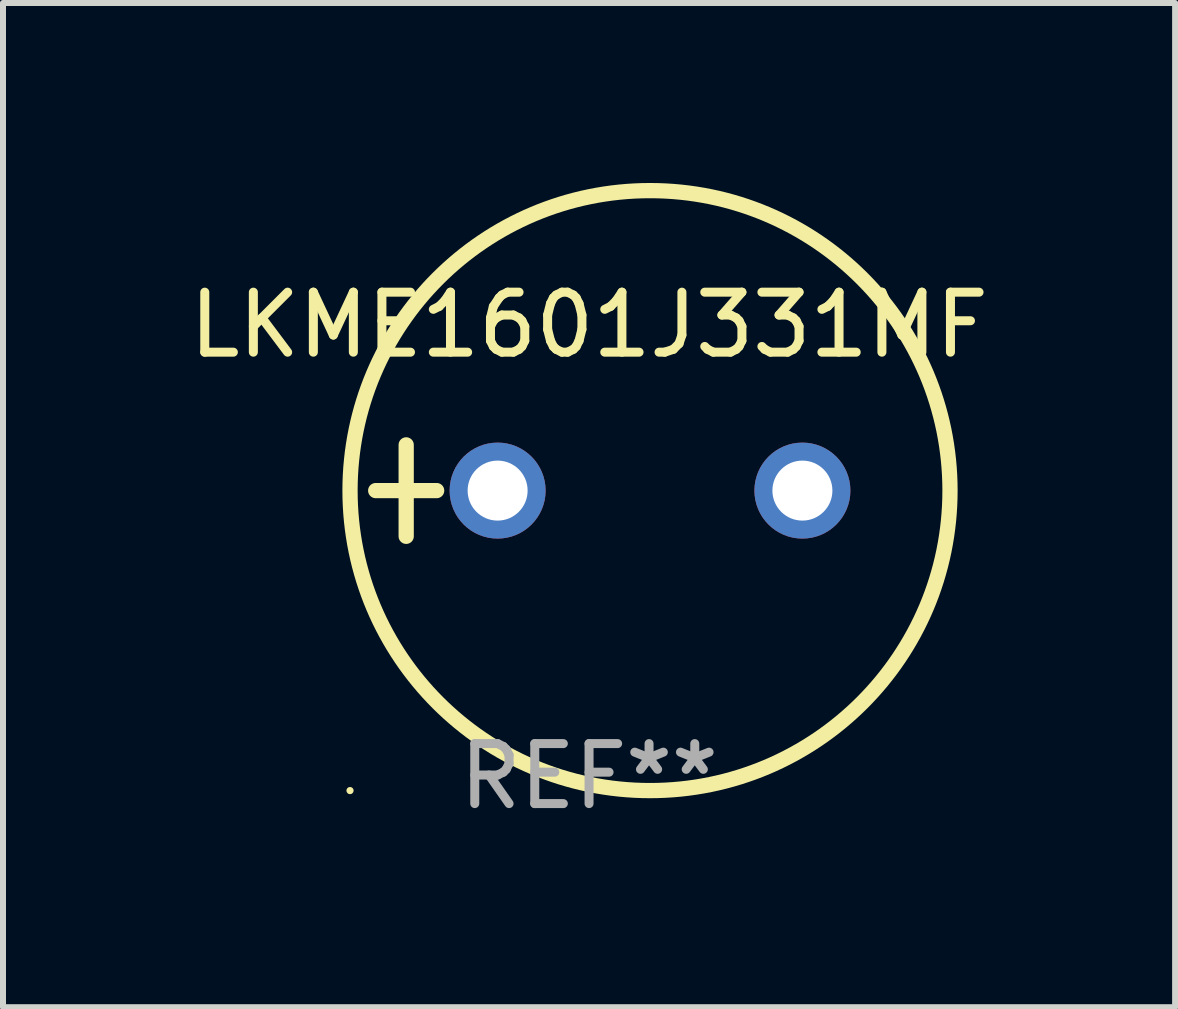
<source format=kicad_pcb>
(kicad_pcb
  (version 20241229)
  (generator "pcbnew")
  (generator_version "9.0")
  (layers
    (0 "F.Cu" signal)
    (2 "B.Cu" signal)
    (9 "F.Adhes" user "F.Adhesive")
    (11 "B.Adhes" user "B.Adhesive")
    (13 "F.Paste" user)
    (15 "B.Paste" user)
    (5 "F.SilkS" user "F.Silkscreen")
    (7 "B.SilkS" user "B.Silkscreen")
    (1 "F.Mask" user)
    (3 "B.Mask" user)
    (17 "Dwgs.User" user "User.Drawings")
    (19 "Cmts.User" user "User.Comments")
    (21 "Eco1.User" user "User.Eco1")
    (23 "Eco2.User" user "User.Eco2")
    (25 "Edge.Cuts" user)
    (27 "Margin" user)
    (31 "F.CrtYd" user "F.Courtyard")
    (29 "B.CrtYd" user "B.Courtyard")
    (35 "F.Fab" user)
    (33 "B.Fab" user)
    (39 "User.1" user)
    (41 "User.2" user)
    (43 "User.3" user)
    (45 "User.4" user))
  (footprint "LKME1601J331MF"
    (layer "F.Cu")
    (at 6.768 5.127)
    (property "Reference" "LKME1601J331MF" (at 0 -2.762 0) (layer "F.SilkS") (effects (font (size 1 1) (thickness 0.15))))
    (attr through_hole)
    (fp_line (start -3.556 0) (end -2.54 0) (stroke (width 0.254) (type solid)) (layer "F.SilkS"))
    (fp_line (start -3.048 -0.762) (end -3.048 0.762) (stroke (width 0.254) (type solid)) (layer "F.SilkS"))
    (fp_circle (center -3.984 5) (end -3.954 5) (stroke (width 0.06) (type solid)) (fill no) (layer "F.SilkS"))
    (fp_circle (center 1.016 0) (end 6.016 0) (stroke (width 0.254) (type solid)) (fill no) (layer "F.SilkS"))
    (fp_text user "REF**" (at 0 4.762 0) (layer "F.Fab") (effects (font (size 1 1) (thickness 0.15))))
    (pad "1" thru_hole circle (at -1.524 0) (size 1.6 1.6) (drill 1) (layers "*.Cu" "*.Mask"))
    (pad "2" thru_hole circle (at 3.556 0) (size 1.6 1.6) (drill 1) (layers "*.Cu" "*.Mask")))
  (gr_rect
    (start -3 -3)
    (end 16.536 13.737)
    (stroke (width 0.1) (type default))
    (fill no)
    (layer "Edge.Cuts")))
</source>
